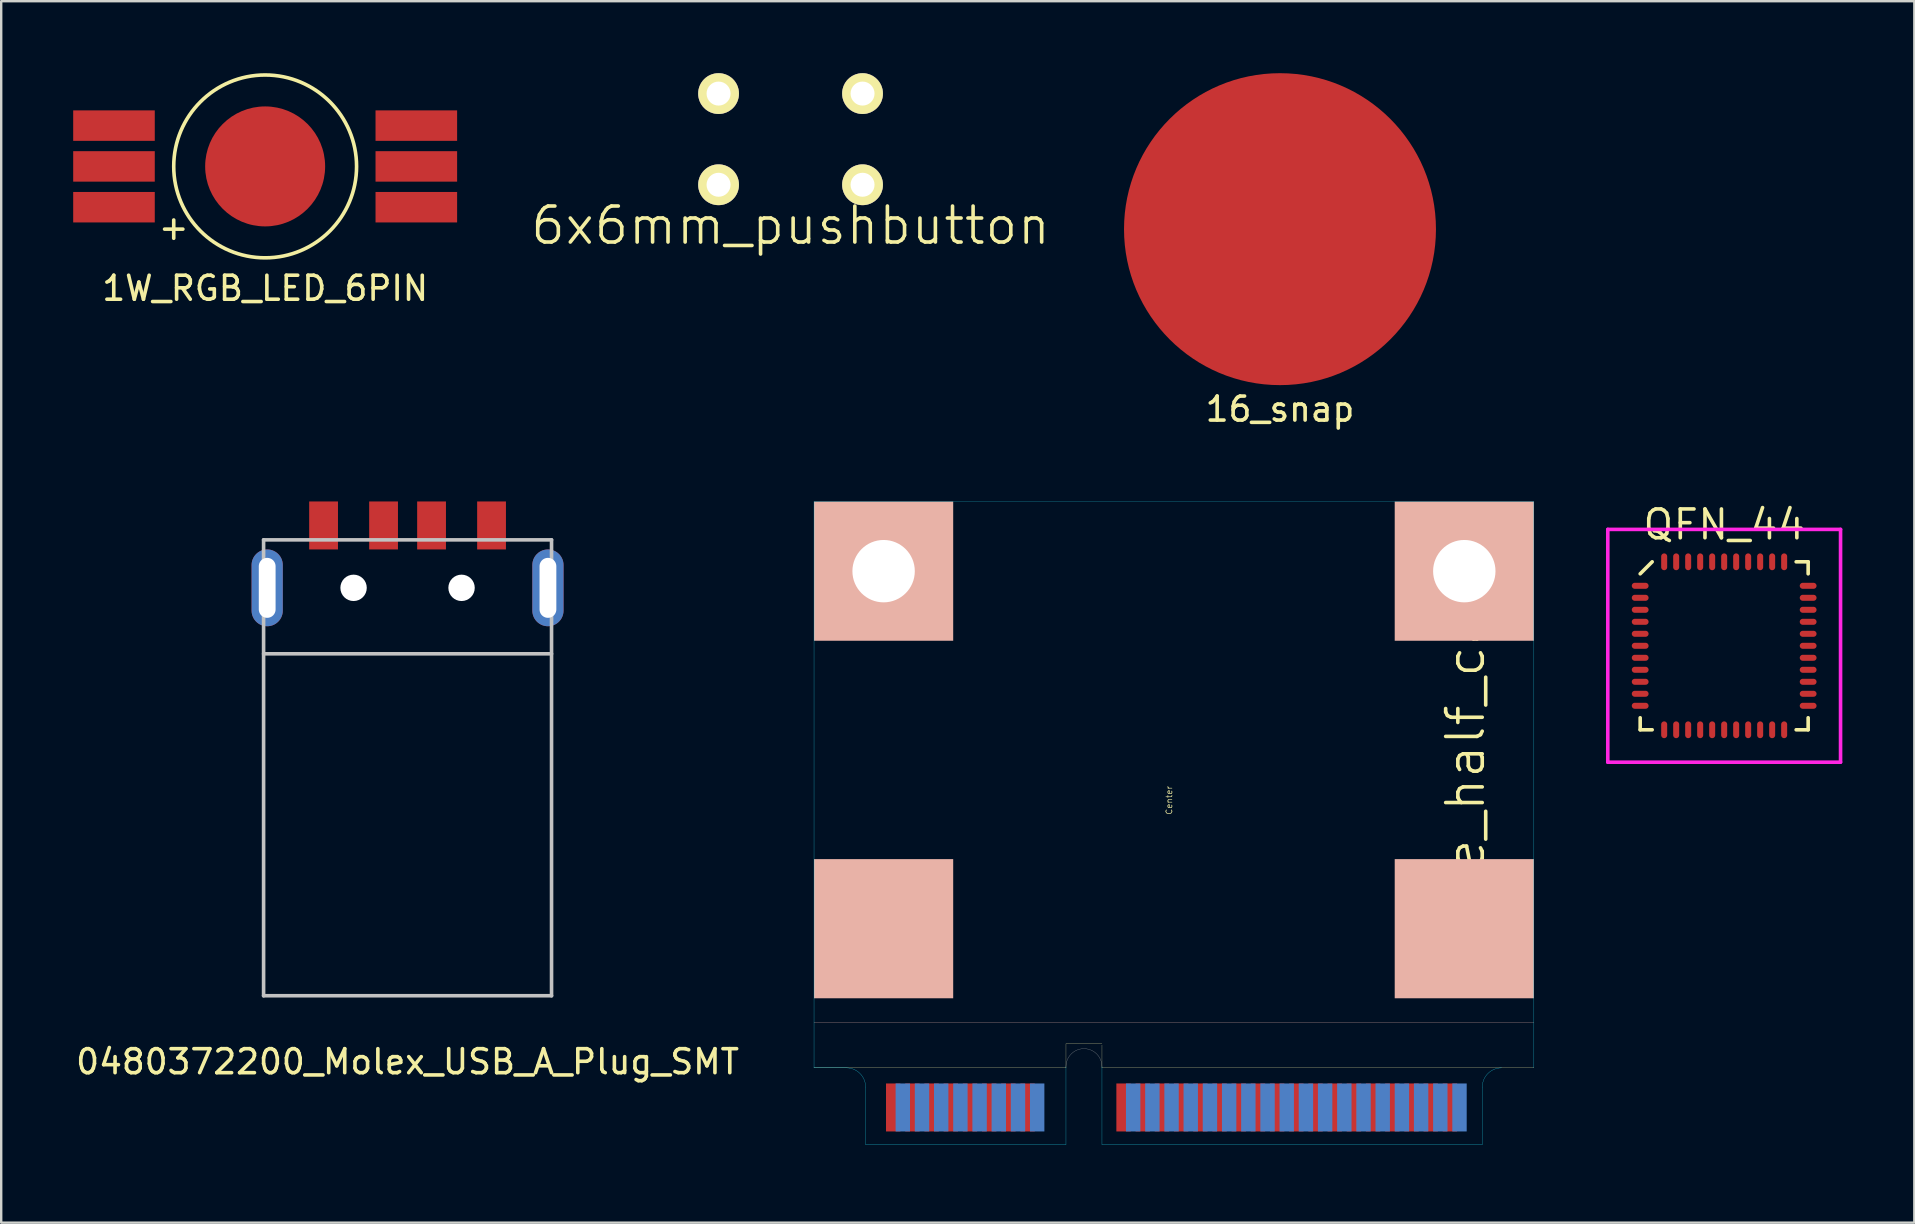
<source format=kicad_pcb>
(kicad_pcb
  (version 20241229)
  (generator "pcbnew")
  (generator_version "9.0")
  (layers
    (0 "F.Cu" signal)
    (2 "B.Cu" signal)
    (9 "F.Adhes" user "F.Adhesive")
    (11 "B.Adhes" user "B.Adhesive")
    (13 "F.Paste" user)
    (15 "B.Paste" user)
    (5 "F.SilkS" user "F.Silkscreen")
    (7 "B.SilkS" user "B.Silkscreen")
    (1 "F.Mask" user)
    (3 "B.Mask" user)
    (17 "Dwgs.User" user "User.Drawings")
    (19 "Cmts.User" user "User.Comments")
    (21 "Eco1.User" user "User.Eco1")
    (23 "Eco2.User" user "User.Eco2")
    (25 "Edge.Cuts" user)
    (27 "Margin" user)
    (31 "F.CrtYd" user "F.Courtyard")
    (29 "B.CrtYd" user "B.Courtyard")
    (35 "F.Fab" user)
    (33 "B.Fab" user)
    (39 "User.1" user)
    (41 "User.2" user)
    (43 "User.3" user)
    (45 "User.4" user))
  (footprint "1W_RGB_LED_6PIN"
    (layer "F.Cu")
    (at 8 3.885)
    (property "Reference" "1W_RGB_LED_6PIN" (at 0 5.08 0) (layer "F.SilkS") (effects (font (size 1 1) (thickness 0.15))))
    (attr through_hole)
    (fp_circle (center 0 0) (end 0 -3.81) (stroke (width 0.15) (type solid)) (fill no) (layer "F.SilkS"))
    (fp_text user "+" (at -3.81 2.54 0) (layer "F.SilkS") (effects (font (size 1 1) (thickness 0.15))))
    (pad "1" smd rect (at 6.3 -1.7) (size 3.4 1.27) (layers "F.Cu" "F.Mask" "F.Paste"))
    (pad "2" smd rect (at 6.3 0) (size 3.4 1.27) (layers "F.Cu" "F.Mask" "F.Paste"))
    (pad "3" smd rect (at 6.3 1.7) (size 3.4 1.27) (layers "F.Cu" "F.Mask" "F.Paste"))
    (pad "4" smd rect (at -6.3 1.7) (size 3.4 1.27) (layers "F.Cu" "F.Mask" "F.Paste"))
    (pad "5" smd rect (at -6.3 0) (size 3.4 1.27) (layers "F.Cu" "F.Mask" "F.Paste"))
    (pad "6" smd rect (at -6.3 -1.7) (size 3.4 1.27) (layers "F.Cu" "F.Mask" "F.Paste"))
    (pad "7" smd circle (at 0 0) (size 5 5) (layers "F.Cu" "F.Mask" "F.Paste")))
  (footprint "QFN_44"
    (layer "F.Cu")
    (at 68.804 23.863)
    (property "Reference" "QFN_44" (at 0 -5.05 0) (layer "F.SilkS") (effects (font (size 1.2 1.2) (thickness 0.15))))
    (attr through_hole)
    (fp_line (start -3.5 -3) (end -3 -3.5) (stroke (width 0.15) (type solid)) (layer "F.SilkS"))
    (fp_line (start -3.5 3.5) (end -3.5 3) (stroke (width 0.15) (type solid)) (layer "F.SilkS"))
    (fp_line (start -3 3.5) (end -3.5 3.5) (stroke (width 0.15) (type solid)) (layer "F.SilkS"))
    (fp_line (start 3 -3.5) (end 3.5 -3.5) (stroke (width 0.15) (type solid)) (layer "F.SilkS"))
    (fp_line (start 3 3.5) (end 3.5 3.5) (stroke (width 0.15) (type solid)) (layer "F.SilkS"))
    (fp_line (start 3.5 -3.5) (end 3.5 -3) (stroke (width 0.15) (type solid)) (layer "F.SilkS"))
    (fp_line (start 3.5 3.5) (end 3.5 3) (stroke (width 0.15) (type solid)) (layer "F.SilkS"))
    (fp_line (start -4.85 -4.85) (end 4.85 -4.85) (stroke (width 0.15) (type solid)) (layer "F.CrtYd"))
    (fp_line (start -4.85 4.85) (end -4.85 -4.85) (stroke (width 0.15) (type solid)) (layer "F.CrtYd"))
    (fp_line (start 4.85 -4.85) (end 4.85 4.85) (stroke (width 0.15) (type solid)) (layer "F.CrtYd"))
    (fp_line (start 4.85 4.85) (end -4.85 4.85) (stroke (width 0.15) (type solid)) (layer "F.CrtYd"))
    (pad "1" smd oval (at -3.5 -2.5 90) (size 0.25 0.7) (layers "F.Cu" "F.Mask" "F.Paste"))
    (pad "2" smd oval (at -3.5 -2 90) (size 0.25 0.7) (layers "F.Cu" "F.Mask" "F.Paste"))
    (pad "3" smd oval (at -3.5 -1.5 90) (size 0.25 0.7) (layers "F.Cu" "F.Mask" "F.Paste"))
    (pad "4" smd oval (at -3.5 -1 90) (size 0.25 0.7) (layers "F.Cu" "F.Mask" "F.Paste"))
    (pad "5" smd oval (at -3.5 -0.5 90) (size 0.25 0.7) (layers "F.Cu" "F.Mask" "F.Paste"))
    (pad "6" smd oval (at -3.5 0 90) (size 0.25 0.7) (layers "F.Cu" "F.Mask" "F.Paste"))
    (pad "7" smd oval (at -3.5 0.5 90) (size 0.25 0.7) (layers "F.Cu" "F.Mask" "F.Paste"))
    (pad "8" smd oval (at -3.5 1 90) (size 0.25 0.7) (layers "F.Cu" "F.Mask" "F.Paste"))
    (pad "9" smd oval (at -3.5 1.5 90) (size 0.25 0.7) (layers "F.Cu" "F.Mask" "F.Paste"))
    (pad "10" smd oval (at -3.5 2 90) (size 0.25 0.7) (layers "F.Cu" "F.Mask" "F.Paste"))
    (pad "11" smd oval (at -3.5 2.5 90) (size 0.25 0.7) (layers "F.Cu" "F.Mask" "F.Paste"))
    (pad "12" smd oval (at -2.5 3.5) (size 0.25 0.7) (layers "F.Cu" "F.Mask" "F.Paste"))
    (pad "13" smd oval (at -2 3.5) (size 0.25 0.7) (layers "F.Cu" "F.Mask" "F.Paste"))
    (pad "14" smd oval (at -1.5 3.5) (size 0.25 0.7) (layers "F.Cu" "F.Mask" "F.Paste"))
    (pad "15" smd oval (at -1 3.5) (size 0.25 0.7) (layers "F.Cu" "F.Mask" "F.Paste"))
    (pad "16" smd oval (at -0.5 3.5) (size 0.25 0.7) (layers "F.Cu" "F.Mask" "F.Paste"))
    (pad "17" smd oval (at 0 3.5) (size 0.25 0.7) (layers "F.Cu" "F.Mask" "F.Paste"))
    (pad "18" smd oval (at 0.5 3.5) (size 0.25 0.7) (layers "F.Cu" "F.Mask" "F.Paste"))
    (pad "19" smd oval (at 1 3.5) (size 0.25 0.7) (layers "F.Cu" "F.Mask" "F.Paste"))
    (pad "20" smd oval (at 1.5 3.5) (size 0.25 0.7) (layers "F.Cu" "F.Mask" "F.Paste"))
    (pad "21" smd oval (at 2 3.5) (size 0.25 0.7) (layers "F.Cu" "F.Mask" "F.Paste"))
    (pad "22" smd oval (at 2.5 3.5) (size 0.25 0.7) (layers "F.Cu" "F.Mask" "F.Paste"))
    (pad "23" smd oval (at 3.5 2.5 90) (size 0.25 0.7) (layers "F.Cu" "F.Mask" "F.Paste"))
    (pad "24" smd oval (at 3.5 2 90) (size 0.25 0.7) (layers "F.Cu" "F.Mask" "F.Paste"))
    (pad "25" smd oval (at 3.5 1.5 90) (size 0.25 0.7) (layers "F.Cu" "F.Mask" "F.Paste"))
    (pad "26" smd oval (at 3.5 1 90) (size 0.25 0.7) (layers "F.Cu" "F.Mask" "F.Paste"))
    (pad "27" smd oval (at 3.5 0.5 90) (size 0.25 0.7) (layers "F.Cu" "F.Mask" "F.Paste"))
    (pad "28" smd oval (at 3.5 0 90) (size 0.25 0.7) (layers "F.Cu" "F.Mask" "F.Paste"))
    (pad "29" smd oval (at 3.5 -0.5 90) (size 0.25 0.7) (layers "F.Cu" "F.Mask" "F.Paste"))
    (pad "30" smd oval (at 3.5 -1 90) (size 0.25 0.7) (layers "F.Cu" "F.Mask" "F.Paste"))
    (pad "31" smd oval (at 3.5 -1.5 90) (size 0.25 0.7) (layers "F.Cu" "F.Mask" "F.Paste"))
    (pad "32" smd oval (at 3.5 -2 90) (size 0.25 0.7) (layers "F.Cu" "F.Mask" "F.Paste"))
    (pad "33" smd oval (at 3.5 -2.5 90) (size 0.25 0.7) (layers "F.Cu" "F.Mask" "F.Paste"))
    (pad "34" smd oval (at 2.5 -3.5) (size 0.25 0.7) (layers "F.Cu" "F.Mask" "F.Paste"))
    (pad "35" smd oval (at 2 -3.5) (size 0.25 0.7) (layers "F.Cu" "F.Mask" "F.Paste"))
    (pad "36" smd oval (at 1.5 -3.5) (size 0.25 0.7) (layers "F.Cu" "F.Mask" "F.Paste"))
    (pad "37" smd oval (at 1 -3.5) (size 0.25 0.7) (layers "F.Cu" "F.Mask" "F.Paste"))
    (pad "38" smd oval (at 0.5 -3.5) (size 0.25 0.7) (layers "F.Cu" "F.Mask" "F.Paste"))
    (pad "39" smd oval (at 0 -3.5) (size 0.25 0.7) (layers "F.Cu" "F.Mask" "F.Paste"))
    (pad "40" smd oval (at -0.5 -3.5) (size 0.25 0.7) (layers "F.Cu" "F.Mask" "F.Paste"))
    (pad "41" smd oval (at -1 -3.5) (size 0.25 0.7) (layers "F.Cu" "F.Mask" "F.Paste"))
    (pad "42" smd oval (at -1.5 -3.5) (size 0.25 0.7) (layers "F.Cu" "F.Mask" "F.Paste"))
    (pad "43" smd oval (at -2 -3.5) (size 0.25 0.7) (layers "F.Cu" "F.Mask" "F.Paste"))
    (pad "44" smd oval (at -2.5 -3.5) (size 0.25 0.7) (layers "F.Cu" "F.Mask" "F.Paste")))
  (footprint "6x6mm_pushbutton"
    (layer "F.Cu")
    (at 29.896 2.75)
    (property "Reference" "6x6mm_pushbutton" (at 0 3.6 0) (layer "F.SilkS") (effects (font (size 1.5 1.5) (thickness 0.15))))
    (attr through_hole)
    (pad "1" thru_hole circle (at -3 -1.9) (size 1.7 1.7) (drill 1) (layers "*.Cu" "*.Mask" "F.SilkS"))
    (pad "1" thru_hole circle (at 3 -1.9) (size 1.7 1.7) (drill 1) (layers "*.Cu" "*.Mask" "F.SilkS"))
    (pad "2" thru_hole circle (at -3 1.9) (size 1.7 1.7) (drill 1) (layers "*.Cu" "*.Mask" "F.SilkS"))
    (pad "2" thru_hole circle (at 3 1.9) (size 1.7 1.7) (drill 1) (layers "*.Cu" "*.Mask" "F.SilkS")))
  (footprint "0480372200_Molex_USB_A_Plug_SMT"
    (layer "F.Cu")
    (at 13.935 24.198)
    (property "Reference" "0480372200_Molex_USB_A_Plug_SMT" (at 0 17 0) (layer "F.SilkS") (effects (font (size 1 1) (thickness 0.15))))
    (attr through_hole)
    (fp_line (start -6 -4.75) (end -6 14.25) (stroke (width 0.15) (type solid)) (layer "Dwgs.User"))
    (fp_line (start -6 0) (end 6 0) (stroke (width 0.15) (type solid)) (layer "Dwgs.User"))
    (fp_line (start -6 14.25) (end 6 14.25) (stroke (width 0.15) (type solid)) (layer "Dwgs.User"))
    (fp_line (start 6 -4.75) (end -6 -4.75) (stroke (width 0.15) (type solid)) (layer "Dwgs.User"))
    (fp_line (start 6 14.25) (end 6 -4.75) (stroke (width 0.15) (type solid)) (layer "Dwgs.User"))
    (pad "" np_thru_hole circle (at -2.25 -2.75) (size 1.1 1.1) (drill 1.1) (layers "*.Cu" "*.Mask"))
    (pad "" np_thru_hole circle (at 2.25 -2.75) (size 1.1 1.1) (drill 1.1) (layers "*.Cu" "*.Mask"))
    (pad "1" smd rect (at 3.5 -5.35) (size 1.2 2) (layers "F.Cu" "F.Mask" "F.Paste"))
    (pad "2" smd rect (at 1 -5.35) (size 1.2 2) (layers "F.Cu" "F.Mask" "F.Paste"))
    (pad "3" smd rect (at -1 -5.35) (size 1.2 2) (layers "F.Cu" "F.Mask" "F.Paste"))
    (pad "4" smd rect (at -3.5 -5.35) (size 1.2 2) (layers "F.Cu" "F.Mask" "F.Paste"))
    (pad "5" thru_hole oval (at -5.85 -2.75) (size 1.3 3.2) (drill oval 0.7 2.5) (layers "*.Cu" "*.Mask"))
    (pad "5" thru_hole oval (at 5.85 -2.75) (size 1.3 3.2) (drill oval 0.7 2.5) (layers "*.Cu" "*.Mask")))
  (footprint "16_snap"
    (layer "F.Cu")
    (at 50.293 6.5)
    (property "Reference" "16_snap" (at 0 7.5 0) (layer "F.SilkS") (effects (font (size 1 1) (thickness 0.15))))
    (attr through_hole)
    (pad "1" smd circle (at 0 0) (size 13 13) (layers "F.Cu" "F.Mask" "F.Paste")))
  (footprint "MPCIe_half_card"
    (layer "F.Cu")
    (at 45.874 44.653)
    (property "Reference" "MPCIe_half_card" (at 12.15 -15.2 90) (layer "F.SilkS") (effects (font (size 1.524 1.524) (thickness 0.15))))
    (attr through_hole)
    (fp_line (start -15 -3.2) (end -4.5 -3.2) (stroke (width 0.01) (type solid)) (layer "F.SilkS"))
    (fp_line (start -4.5 -4.2) (end -3 -4.2) (stroke (width 0.01) (type solid)) (layer "F.SilkS"))
    (fp_line (start -4.5 -3.2) (end -4.5 -4.2) (stroke (width 0.01) (type solid)) (layer "F.SilkS"))
    (fp_line (start -3 -4.15) (end -3 -3.2) (stroke (width 0.01) (type solid)) (layer "F.SilkS"))
    (fp_line (start -3 -3.2) (end 15 -3.2) (stroke (width 0.01) (type solid)) (layer "F.SilkS"))
    (fp_line (start -15 -5.1) (end 15 -5.1) (stroke (width 0.01) (type solid)) (layer "B.SilkS"))
    (fp_line (start -3.75 -4.5) (end -3.75 -0.15) (stroke (width 0.01) (type solid)) (layer "Eco1.User"))
    (fp_line (start 0 0) (end 0 -26.8) (stroke (width 0.01) (type solid)) (layer "Eco1.User"))
    (fp_line (start 15 -3.2) (end 13.65 -3.2) (stroke (width 0.01) (type solid)) (layer "Eco2.User"))
    (fp_line (start -15 -26.8) (end -15 -3.2) (stroke (width 0.01) (type solid)) (layer "B.CrtYd"))
    (fp_line (start -13.65 -3.2) (end -15 -3.2) (stroke (width 0.01) (type solid)) (layer "B.CrtYd"))
    (fp_line (start -12.85 0) (end -12.85 -2.4) (stroke (width 0.01) (type solid)) (layer "B.CrtYd"))
    (fp_line (start -4.5 0) (end -12.85 0) (stroke (width 0.01) (type solid)) (layer "B.CrtYd"))
    (fp_line (start -4.5 0) (end -4.5 -3.25) (stroke (width 0.01) (type solid)) (layer "B.CrtYd"))
    (fp_line (start -3 0) (end -3 -3.25) (stroke (width 0.01) (type solid)) (layer "B.CrtYd"))
    (fp_line (start -3 0) (end 12.85 0) (stroke (width 0.01) (type solid)) (layer "B.CrtYd"))
    (fp_line (start 12.85 0) (end 12.85 -2.4) (stroke (width 0.01) (type solid)) (layer "B.CrtYd"))
    (fp_line (start 15 -26.8) (end -15 -26.8) (stroke (width 0.01) (type solid)) (layer "B.CrtYd"))
    (fp_line (start 15 -3.2) (end 15 -26.8) (stroke (width 0.01) (type solid)) (layer "B.CrtYd"))
    (fp_arc (start -13.65 -3.2) (mid -13.084315 -2.965685) (end -12.85 -2.4) (stroke (width 0.01) (type solid)) (layer "B.CrtYd"))
    (fp_arc (start 12.85 -2.4) (mid 13.084315 -2.965685) (end 13.65 -3.2) (stroke (width 0.01) (type solid)) (layer "B.CrtYd"))
    (fp_arc (start -4.5 -3.25) (mid -3.75 -4) (end -3 -3.25) (stroke (width 0.01) (type solid)) (layer "F.Fab"))
    (fp_text user "Center" (at -0.2 -14.35 90) (layer "F.SilkS") (effects (font (size 0.25 0.25) (thickness 0.025))))
    (pad "" np_thru_hole circle (at -12.1 -23.9) (size 2.6 2.6) (drill 2.6) (layers "*.Cu" "*.Mask" "F.SilkS"))
    (pad "" connect rect (at -12.1 -23.9) (size 5.8 5.8) (layers "B.SilkS"))
    (pad "" connect rect (at -12.1 -9) (size 5.8 5.8) (layers "B.SilkS"))
    (pad "" np_thru_hole circle (at 12.1 -23.9) (size 2.6 2.6) (drill 2.6) (layers "*.Cu" "*.Mask" "F.SilkS"))
    (pad "" connect rect (at 12.1 -23.9) (size 5.8 5.8) (layers "B.SilkS"))
    (pad "" connect rect (at 12.1 -9) (size 5.8 5.8) (layers "B.SilkS"))
    (pad "1" smd rect (at -11.7 -1.55) (size 0.6 2) (layers "F.Cu" "F.Mask" "F.Paste"))
    (pad "2" smd rect (at -11.3 -1.55) (size 0.6 2) (layers "F.Mask" "B.Cu" "F.Paste"))
    (pad "3" smd rect (at -10.9 -1.55) (size 0.6 2) (layers "F.Cu" "F.Mask" "F.Paste"))
    (pad "4" smd rect (at -10.5 -1.55) (size 0.6 2) (layers "F.Mask" "B.Cu" "F.Paste"))
    (pad "5" smd rect (at -10.1 -1.55) (size 0.6 2) (layers "F.Cu" "F.Mask" "F.Paste"))
    (pad "6" smd rect (at -9.7 -1.55) (size 0.6 2) (layers "F.Mask" "B.Cu" "F.Paste"))
    (pad "7" smd rect (at -9.3 -1.55) (size 0.6 2) (layers "F.Cu" "F.Mask" "F.Paste"))
    (pad "8" smd rect (at -8.9 -1.55) (size 0.6 2) (layers "F.Mask" "B.Cu" "F.Paste"))
    (pad "9" smd rect (at -8.5 -1.55) (size 0.6 2) (layers "F.Cu" "F.Mask" "F.Paste"))
    (pad "10" smd rect (at -8.1 -1.55) (size 0.6 2) (layers "F.Mask" "B.Cu" "F.Paste"))
    (pad "11" smd rect (at -7.7 -1.55) (size 0.6 2) (layers "F.Cu" "F.Mask" "F.Paste"))
    (pad "12" smd rect (at -7.3 -1.55) (size 0.6 2) (layers "F.Mask" "B.Cu" "F.Paste"))
    (pad "13" smd rect (at -6.9 -1.55) (size 0.6 2) (layers "F.Cu" "F.Mask" "F.Paste"))
    (pad "14" smd rect (at -6.5 -1.55) (size 0.6 2) (layers "F.Mask" "B.Cu" "F.Paste"))
    (pad "15" smd rect (at -6.1 -1.55) (size 0.6 2) (layers "F.Cu" "F.Mask" "F.Paste"))
    (pad "16" smd rect (at -5.7 -1.55) (size 0.6 2) (layers "F.Mask" "B.Cu" "F.Paste"))
    (pad "17" smd rect (at -2.1 -1.55) (size 0.6 2) (layers "F.Cu" "F.Mask" "F.Paste"))
    (pad "18" smd rect (at -1.7 -1.55) (size 0.6 2) (layers "F.Mask" "B.Cu" "F.Paste"))
    (pad "19" smd rect (at -1.3 -1.55) (size 0.6 2) (layers "F.Cu" "F.Mask" "F.Paste"))
    (pad "20" smd rect (at -0.9 -1.55) (size 0.6 2) (layers "F.Mask" "B.Cu" "F.Paste"))
    (pad "21" smd rect (at -0.5 -1.55) (size 0.6 2) (layers "F.Cu" "F.Mask" "F.Paste"))
    (pad "22" smd rect (at -0.1 -1.55) (size 0.6 2) (layers "F.Mask" "B.Cu" "F.Paste"))
    (pad "23" smd rect (at 0.3 -1.55) (size 0.6 2) (layers "F.Cu" "F.Mask" "F.Paste"))
    (pad "24" smd rect (at 0.7 -1.55) (size 0.6 2) (layers "F.Mask" "B.Cu" "F.Paste"))
    (pad "25" smd rect (at 1.1 -1.55) (size 0.6 2) (layers "F.Cu" "F.Mask" "F.Paste"))
    (pad "26" smd rect (at 1.5 -1.55) (size 0.6 2) (layers "F.Mask" "B.Cu" "F.Paste"))
    (pad "27" smd rect (at 1.9 -1.55) (size 0.6 2) (layers "F.Cu" "F.Mask" "F.Paste"))
    (pad "28" smd rect (at 2.3 -1.55) (size 0.6 2) (layers "F.Mask" "B.Cu" "F.Paste"))
    (pad "29" smd rect (at 2.7 -1.55) (size 0.6 2) (layers "F.Cu" "F.Mask" "F.Paste"))
    (pad "30" smd rect (at 3.1 -1.55) (size 0.6 2) (layers "F.Mask" "B.Cu" "F.Paste"))
    (pad "31" smd rect (at 3.5 -1.55) (size 0.6 2) (layers "F.Cu" "F.Mask" "F.Paste"))
    (pad "32" smd rect (at 3.9 -1.55) (size 0.6 2) (layers "F.Mask" "B.Cu" "F.Paste"))
    (pad "33" smd rect (at 4.3 -1.55) (size 0.6 2) (layers "F.Cu" "F.Mask" "F.Paste"))
    (pad "34" smd rect (at 4.7 -1.55) (size 0.6 2) (layers "F.Mask" "B.Cu" "F.Paste"))
    (pad "35" smd rect (at 5.1 -1.55) (size 0.6 2) (layers "F.Cu" "F.Mask" "F.Paste"))
    (pad "36" smd rect (at 5.5 -1.55) (size 0.6 2) (layers "F.Mask" "B.Cu" "F.Paste"))
    (pad "37" smd rect (at 5.9 -1.55) (size 0.6 2) (layers "F.Cu" "F.Mask" "F.Paste"))
    (pad "38" smd rect (at 6.3 -1.55) (size 0.6 2) (layers "F.Mask" "B.Cu" "F.Paste"))
    (pad "39" smd rect (at 6.7 -1.55) (size 0.6 2) (layers "F.Cu" "F.Mask" "F.Paste"))
    (pad "40" smd rect (at 7.1 -1.55) (size 0.6 2) (layers "F.Mask" "B.Cu" "F.Paste"))
    (pad "41" smd rect (at 7.5 -1.55) (size 0.6 2) (layers "F.Cu" "F.Mask" "F.Paste"))
    (pad "42" smd rect (at 7.9 -1.55) (size 0.6 2) (layers "F.Mask" "B.Cu" "F.Paste"))
    (pad "43" smd rect (at 8.3 -1.55) (size 0.6 2) (layers "F.Cu" "F.Mask" "F.Paste"))
    (pad "44" smd rect (at 8.7 -1.55) (size 0.6 2) (layers "F.Mask" "B.Cu" "F.Paste"))
    (pad "45" smd rect (at 9.1 -1.55) (size 0.6 2) (layers "F.Cu" "F.Mask" "F.Paste"))
    (pad "46" smd rect (at 9.5 -1.55) (size 0.6 2) (layers "F.Mask" "B.Cu" "F.Paste"))
    (pad "47" smd rect (at 9.9 -1.55) (size 0.6 2) (layers "F.Cu" "F.Mask" "F.Paste"))
    (pad "48" smd rect (at 10.3 -1.55) (size 0.6 2) (layers "F.Mask" "B.Cu" "F.Paste"))
    (pad "49" smd rect (at 10.7 -1.55) (size 0.6 2) (layers "F.Cu" "F.Mask" "F.Paste"))
    (pad "50" smd rect (at 11.1 -1.55) (size 0.6 2) (layers "F.Mask" "B.Cu" "F.Paste"))
    (pad "51" smd rect (at 11.5 -1.55) (size 0.6 2) (layers "F.Cu" "F.Mask" "F.Paste"))
    (pad "52" smd rect (at 11.9 -1.55) (size 0.6 2) (layers "F.Mask" "B.Cu" "F.Paste")))
  (gr_rect
    (start -3 -3)
    (end 76.729 47.903)
    (stroke (width 0.1) (type default))
    (fill no)
    (layer "Edge.Cuts")))
</source>
